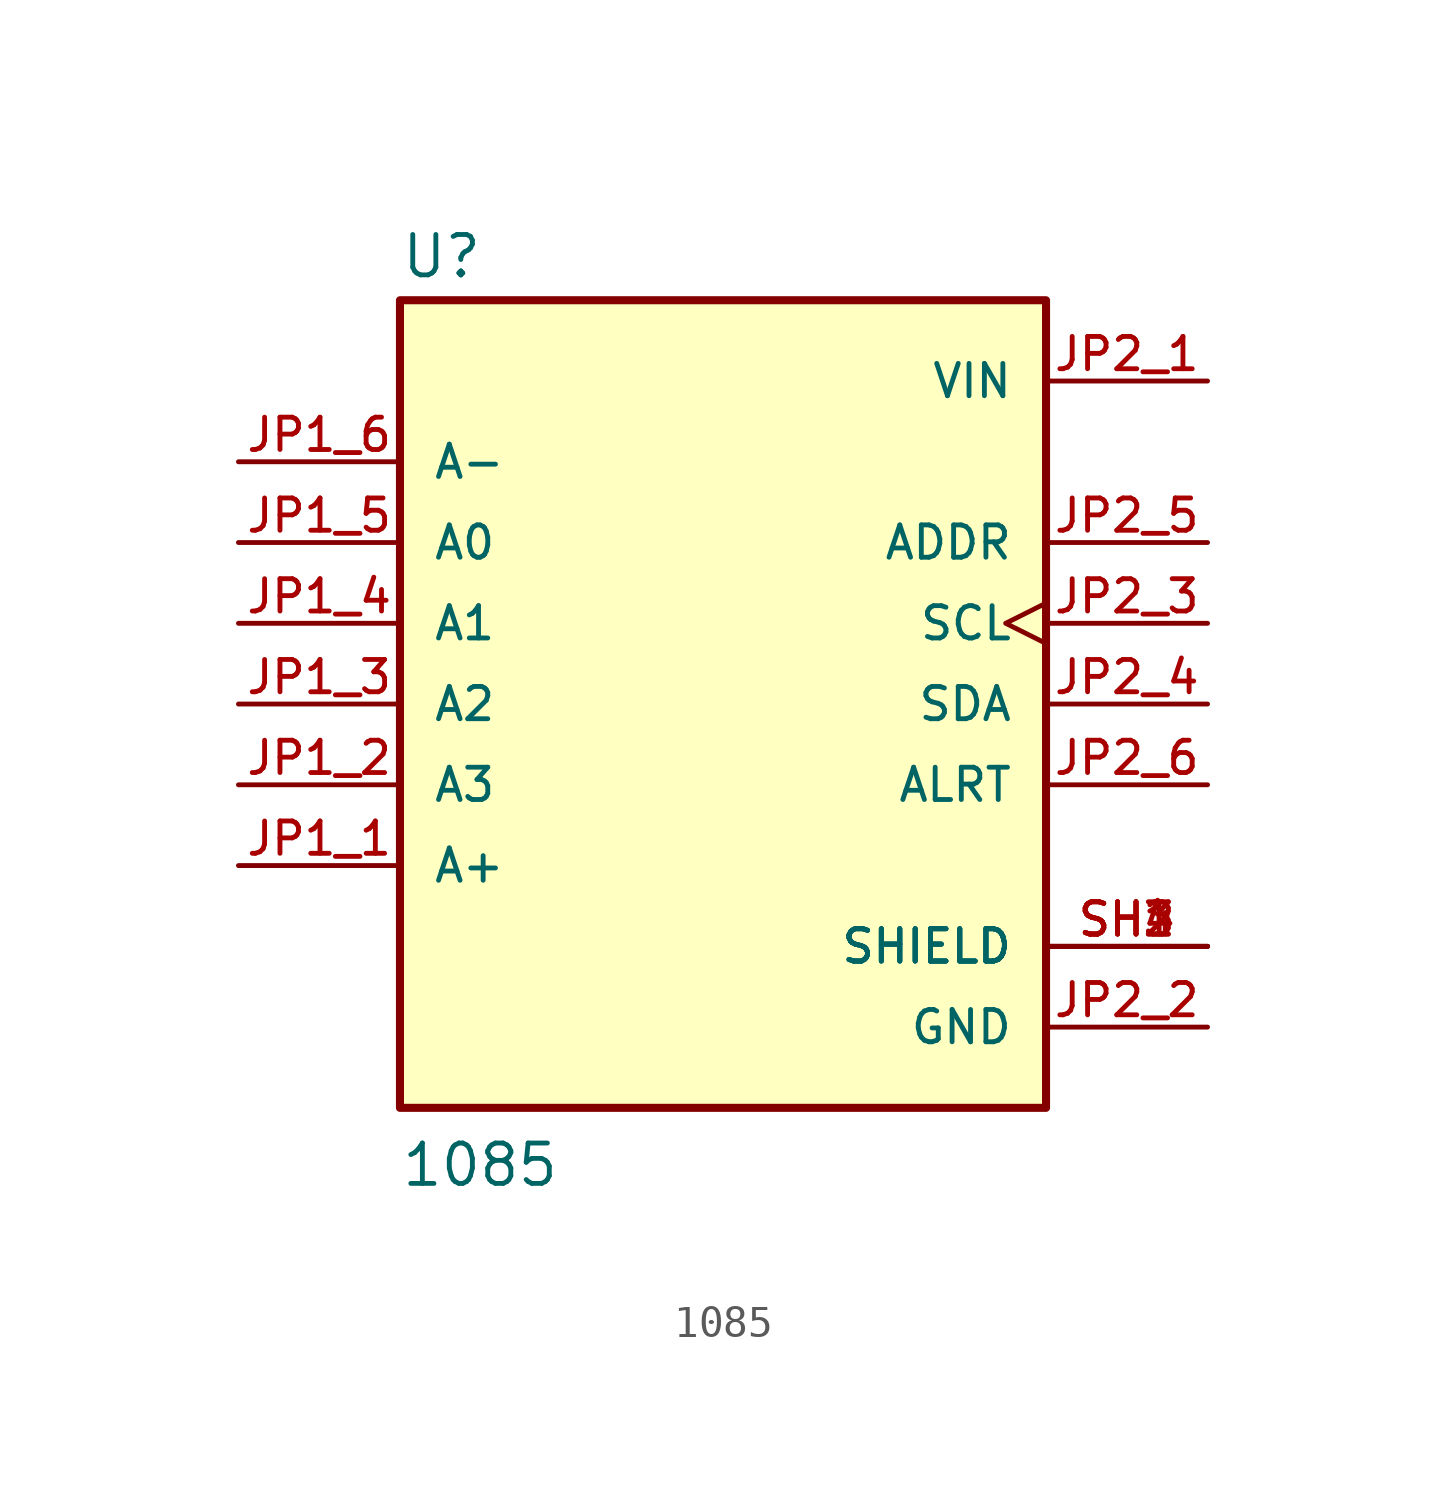
<source format=kicad_sym>
(kicad_symbol_lib
  (version 20211014)
  (generator kicad_symbol_editor)
  (symbol "1085"
    (pin_names
      (offset 1.016))
    (property "Reference" "U"
      (at -10.16 13.335 0)
      (effects (font (size 1.27 1.27)) (justify bottom left)))
    (property "Value" "1085"
      (at -10.16 -15.24 0)
      (effects (font (size 1.27 1.27)) (justify bottom left)))
    (symbol "1085_0_0"
      (rectangle (start -10.16 -12.7) (end 10.16 12.7) (stroke (width 0.254)) (fill (type background)))
      (pin input line (at -15.24 -2.54 0) (length 5.08) (name "A3" (effects (font (size 1.016 1.016)))) (number "JP1_2" (effects (font (size 1.016 1.016)))))
      (pin input line (at -15.24 0.0 0) (length 5.08) (name "A2" (effects (font (size 1.016 1.016)))) (number "JP1_3" (effects (font (size 1.016 1.016)))))
      (pin input line (at -15.24 2.54 0) (length 5.08) (name "A1" (effects (font (size 1.016 1.016)))) (number "JP1_4" (effects (font (size 1.016 1.016)))))
      (pin input line (at -15.24 5.08 0) (length 5.08) (name "A0" (effects (font (size 1.016 1.016)))) (number "JP1_5" (effects (font (size 1.016 1.016)))))
      (pin output line (at 15.24 -2.54 180.0) (length 5.08) (name "ALRT" (effects (font (size 1.016 1.016)))) (number "JP2_6" (effects (font (size 1.016 1.016)))))
      (pin input line (at 15.24 5.08 180.0) (length 5.08) (name "ADDR" (effects (font (size 1.016 1.016)))) (number "JP2_5" (effects (font (size 1.016 1.016)))))
      (pin bidirectional line (at 15.24 0.0 180.0) (length 5.08) (name "SDA" (effects (font (size 1.016 1.016)))) (number "JP2_4" (effects (font (size 1.016 1.016)))))
      (pin input clock (at 15.24 2.54 180.0) (length 5.08) (name "SCL" (effects (font (size 1.016 1.016)))) (number "JP2_3" (effects (font (size 1.016 1.016)))))
      (pin power_in line (at 15.24 -10.16 180.0) (length 5.08) (name "GND" (effects (font (size 1.016 1.016)))) (number "JP2_2" (effects (font (size 1.016 1.016)))))
      (pin power_in line (at 15.24 10.16 180.0) (length 5.08) (name "VIN" (effects (font (size 1.016 1.016)))) (number "JP2_1" (effects (font (size 1.016 1.016)))))
      (pin input line (at -15.24 7.62 0) (length 5.08) (name "A-" (effects (font (size 1.016 1.016)))) (number "JP1_6" (effects (font (size 1.016 1.016)))))
      (pin input line (at -15.24 -5.08 0) (length 5.08) (name "A+" (effects (font (size 1.016 1.016)))) (number "JP1_1" (effects (font (size 1.016 1.016)))))
      (pin passive line (at 15.24 -7.62 180.0) (length 5.08) (name "SHIELD" (effects (font (size 1.016 1.016)))) (number "SH1" (effects (font (size 1.016 1.016)))))
      (pin passive line (at 15.24 -7.62 180.0) (length 5.08) (name "SHIELD" (effects (font (size 1.016 1.016)))) (number "SH2" (effects (font (size 1.016 1.016)))))
      (pin passive line (at 15.24 -7.62 180.0) (length 5.08) (name "SHIELD" (effects (font (size 1.016 1.016)))) (number "SH3" (effects (font (size 1.016 1.016)))))
      (pin passive line (at 15.24 -7.62 180.0) (length 5.08) (name "SHIELD" (effects (font (size 1.016 1.016)))) (number "SH4" (effects (font (size 1.016 1.016))))))))
</source>
